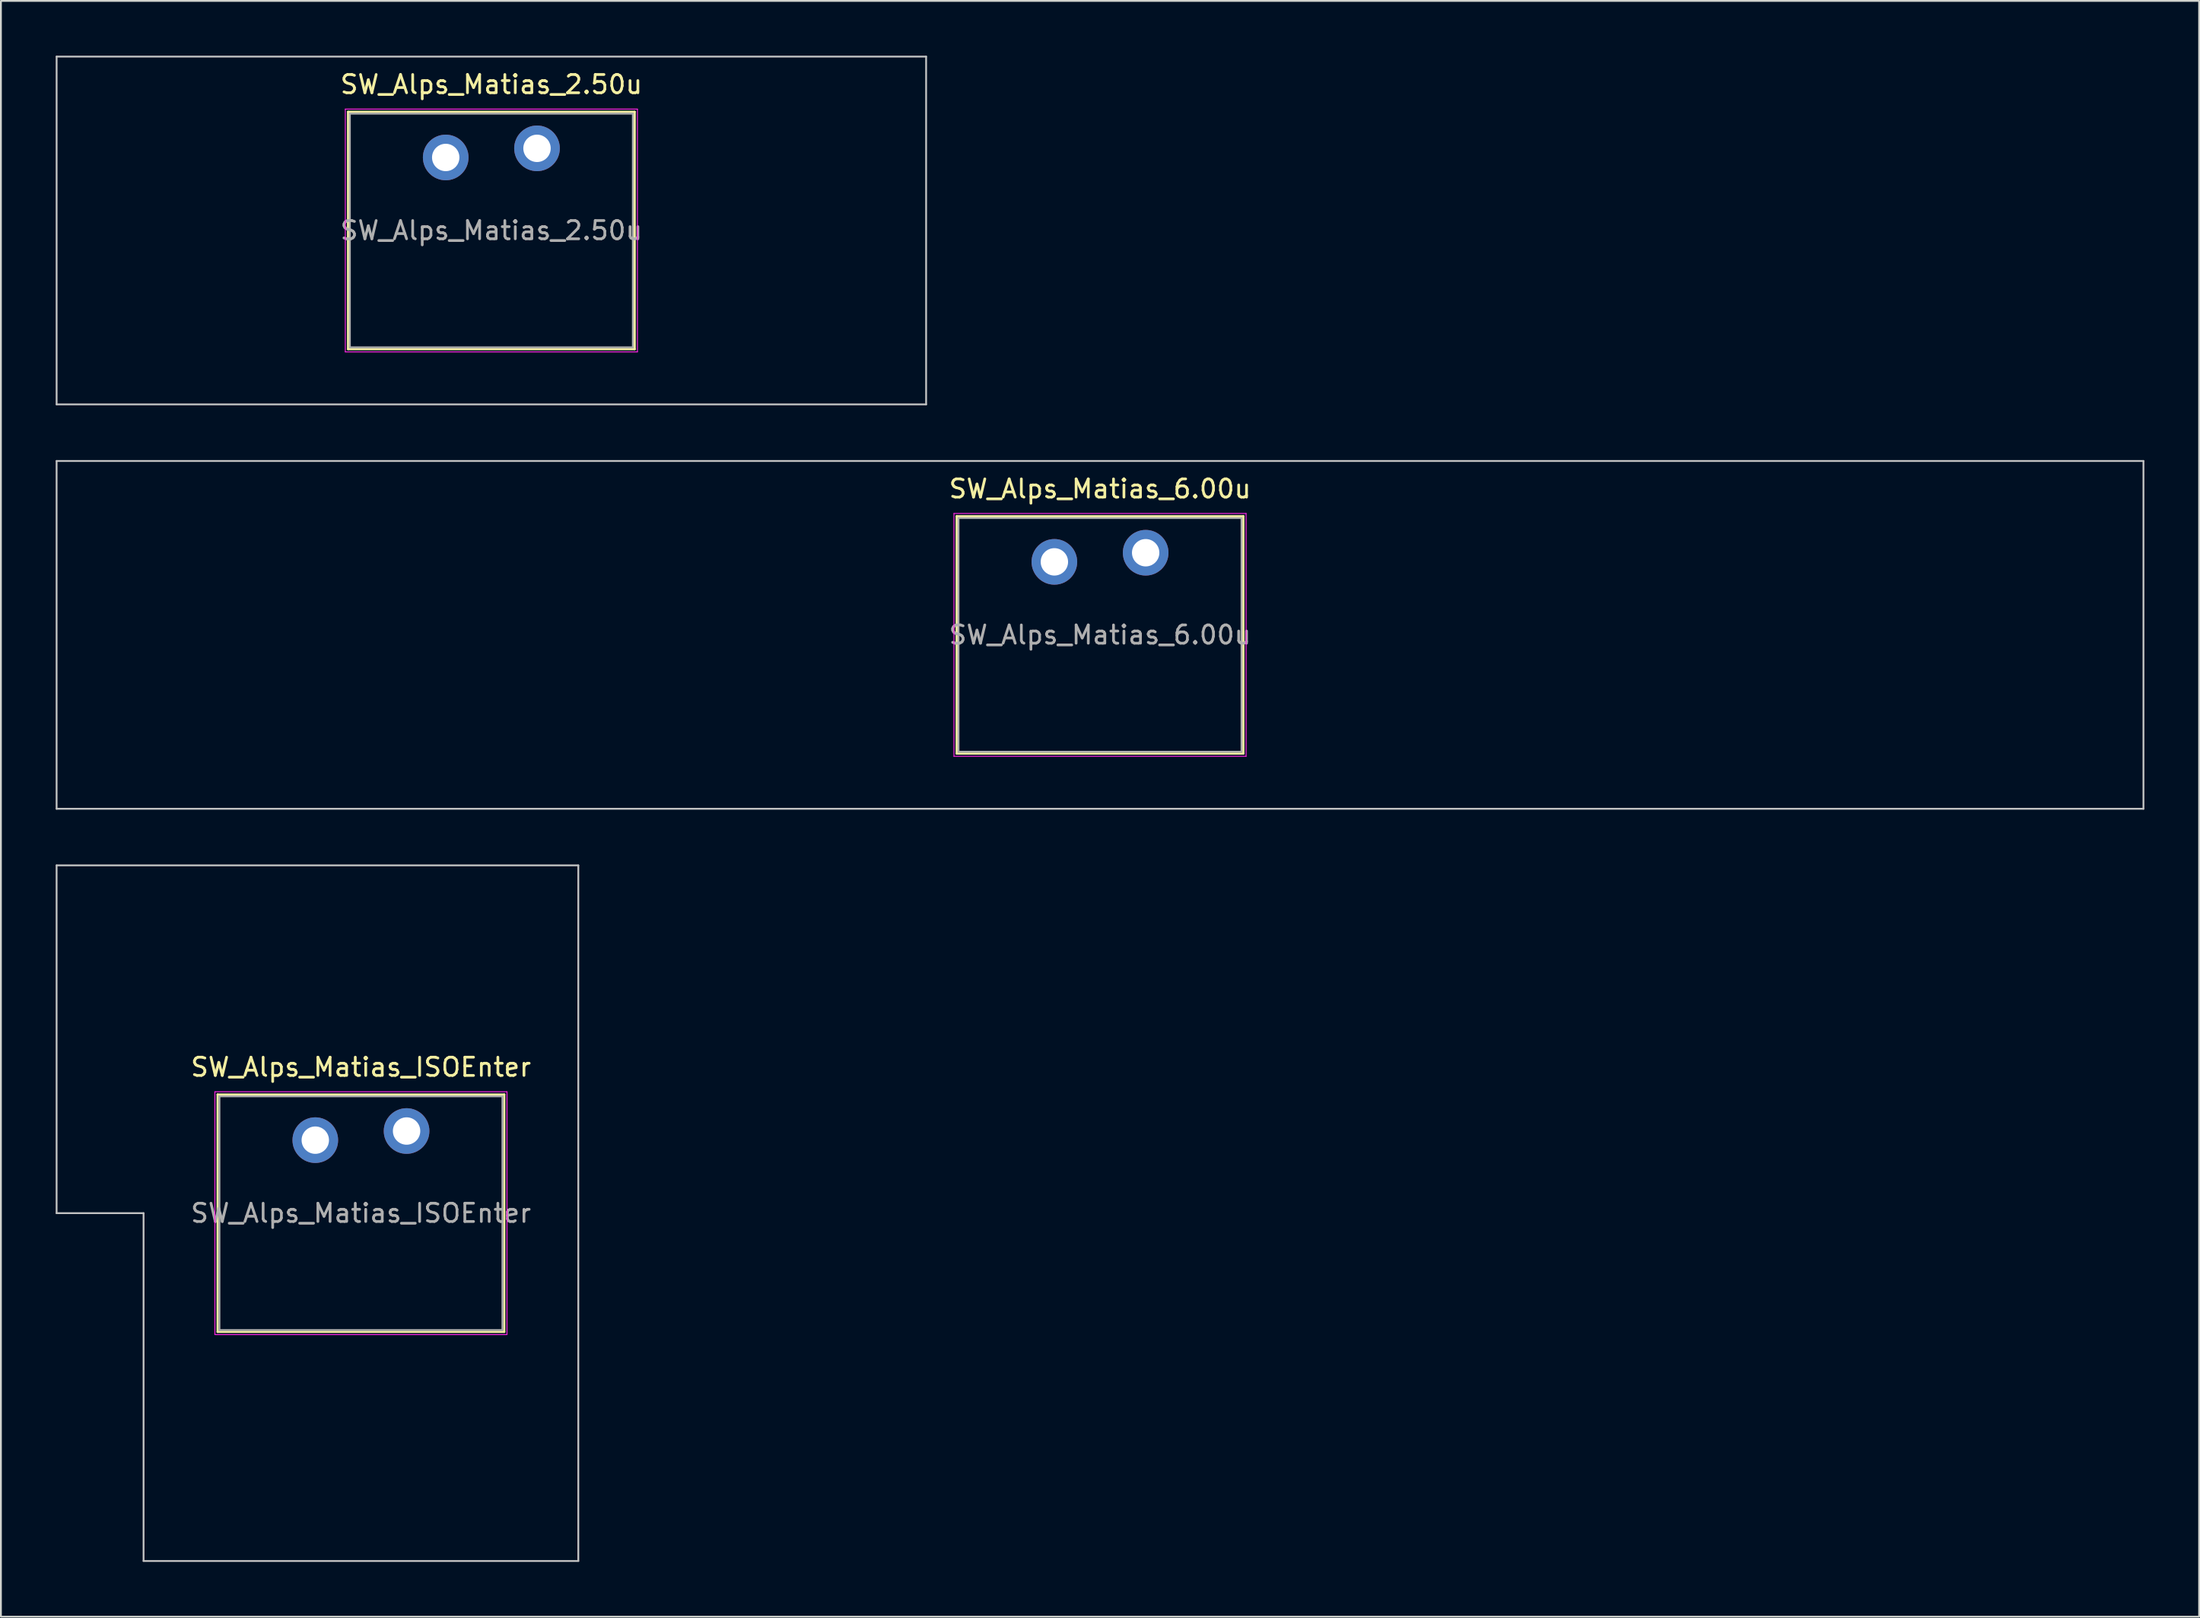
<source format=kicad_pcb>
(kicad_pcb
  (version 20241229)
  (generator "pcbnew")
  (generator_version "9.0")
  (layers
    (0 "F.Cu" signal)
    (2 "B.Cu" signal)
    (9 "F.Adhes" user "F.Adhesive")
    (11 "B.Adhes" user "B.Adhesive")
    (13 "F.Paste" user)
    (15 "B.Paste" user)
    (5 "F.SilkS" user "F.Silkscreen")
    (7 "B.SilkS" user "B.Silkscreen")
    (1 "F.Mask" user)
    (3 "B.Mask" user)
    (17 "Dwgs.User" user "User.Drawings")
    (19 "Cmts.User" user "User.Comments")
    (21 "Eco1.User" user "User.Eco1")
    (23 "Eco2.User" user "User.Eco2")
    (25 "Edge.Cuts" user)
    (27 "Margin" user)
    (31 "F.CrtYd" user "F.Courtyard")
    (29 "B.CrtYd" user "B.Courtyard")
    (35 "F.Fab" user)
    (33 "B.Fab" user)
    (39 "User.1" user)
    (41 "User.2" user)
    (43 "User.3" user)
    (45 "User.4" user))
  (footprint "SW_Alps_Matias_6.00u"
    (layer "F.Cu")
    (at 57.2 31.725)
    (property "Reference" "SW_Alps_Matias_6.00u" (at 0 -8 0) (layer "F.SilkS") (effects (font (size 1 1) (thickness 0.15))))
    (attr through_hole)
    (fp_line (start -7.85 -6.5) (end -7.85 6.5) (stroke (width 0.12) (type solid)) (layer "F.SilkS"))
    (fp_line (start -7.85 6.5) (end 7.85 6.5) (stroke (width 0.12) (type solid)) (layer "F.SilkS"))
    (fp_line (start 7.85 -6.5) (end -7.85 -6.5) (stroke (width 0.12) (type solid)) (layer "F.SilkS"))
    (fp_line (start 7.85 6.5) (end 7.85 -6.5) (stroke (width 0.12) (type solid)) (layer "F.SilkS"))
    (fp_line (start -57.15 -9.525) (end -57.15 9.525) (stroke (width 0.1) (type solid)) (layer "Dwgs.User"))
    (fp_line (start -57.15 9.525) (end 57.15 9.525) (stroke (width 0.1) (type solid)) (layer "Dwgs.User"))
    (fp_line (start 57.15 -9.525) (end -57.15 -9.525) (stroke (width 0.1) (type solid)) (layer "Dwgs.User"))
    (fp_line (start 57.15 9.525) (end 57.15 -9.525) (stroke (width 0.1) (type solid)) (layer "Dwgs.User"))
    (fp_line (start -7.75 -6.4) (end -7.75 6.4) (stroke (width 0.1) (type solid)) (layer "Eco1.User"))
    (fp_line (start -7.75 6.4) (end 7.75 6.4) (stroke (width 0.1) (type solid)) (layer "Eco1.User"))
    (fp_line (start 7.75 -6.4) (end -7.75 -6.4) (stroke (width 0.1) (type solid)) (layer "Eco1.User"))
    (fp_line (start 7.75 6.4) (end 7.75 -6.4) (stroke (width 0.1) (type solid)) (layer "Eco1.User"))
    (fp_line (start -8 -6.65) (end -8 6.65) (stroke (width 0.05) (type solid)) (layer "F.CrtYd"))
    (fp_line (start -8 6.65) (end 8 6.65) (stroke (width 0.05) (type solid)) (layer "F.CrtYd"))
    (fp_line (start 8 -6.65) (end -8 -6.65) (stroke (width 0.05) (type solid)) (layer "F.CrtYd"))
    (fp_line (start 8 6.65) (end 8 -6.65) (stroke (width 0.05) (type solid)) (layer "F.CrtYd"))
    (fp_line (start -7.75 -6.4) (end -7.75 6.4) (stroke (width 0.1) (type solid)) (layer "F.Fab"))
    (fp_line (start -7.75 6.4) (end 7.75 6.4) (stroke (width 0.1) (type solid)) (layer "F.Fab"))
    (fp_line (start 7.75 -6.4) (end -7.75 -6.4) (stroke (width 0.1) (type solid)) (layer "F.Fab"))
    (fp_line (start 7.75 6.4) (end 7.75 -6.4) (stroke (width 0.1) (type solid)) (layer "F.Fab"))
    (fp_text user "${REFERENCE}" (at 0 0 0) (layer "F.Fab") (effects (font (size 1 1) (thickness 0.15))))
    (pad "1" thru_hole circle (at -2.5 -4) (size 2.5 2.5) (drill 1.5) (layers "*.Cu" "*.Mask"))
    (pad "2" thru_hole circle (at 2.5 -4.5) (size 2.5 2.5) (drill 1.5) (layers "*.Cu" "*.Mask")))
  (footprint "SW_Alps_Matias_2.50u"
    (layer "F.Cu")
    (at 23.863 9.575)
    (property "Reference" "SW_Alps_Matias_2.50u" (at 0 -8 0) (layer "F.SilkS") (effects (font (size 1 1) (thickness 0.15))))
    (attr through_hole)
    (fp_line (start -7.85 -6.5) (end -7.85 6.5) (stroke (width 0.12) (type solid)) (layer "F.SilkS"))
    (fp_line (start -7.85 6.5) (end 7.85 6.5) (stroke (width 0.12) (type solid)) (layer "F.SilkS"))
    (fp_line (start 7.85 -6.5) (end -7.85 -6.5) (stroke (width 0.12) (type solid)) (layer "F.SilkS"))
    (fp_line (start 7.85 6.5) (end 7.85 -6.5) (stroke (width 0.12) (type solid)) (layer "F.SilkS"))
    (fp_line (start -23.812 -9.525) (end -23.812 9.525) (stroke (width 0.1) (type solid)) (layer "Dwgs.User"))
    (fp_line (start -23.812 9.525) (end 23.812 9.525) (stroke (width 0.1) (type solid)) (layer "Dwgs.User"))
    (fp_line (start 23.812 -9.525) (end -23.812 -9.525) (stroke (width 0.1) (type solid)) (layer "Dwgs.User"))
    (fp_line (start 23.812 9.525) (end 23.812 -9.525) (stroke (width 0.1) (type solid)) (layer "Dwgs.User"))
    (fp_line (start -7.75 -6.4) (end -7.75 6.4) (stroke (width 0.1) (type solid)) (layer "Eco1.User"))
    (fp_line (start -7.75 6.4) (end 7.75 6.4) (stroke (width 0.1) (type solid)) (layer "Eco1.User"))
    (fp_line (start 7.75 -6.4) (end -7.75 -6.4) (stroke (width 0.1) (type solid)) (layer "Eco1.User"))
    (fp_line (start 7.75 6.4) (end 7.75 -6.4) (stroke (width 0.1) (type solid)) (layer "Eco1.User"))
    (fp_line (start -8 -6.65) (end -8 6.65) (stroke (width 0.05) (type solid)) (layer "F.CrtYd"))
    (fp_line (start -8 6.65) (end 8 6.65) (stroke (width 0.05) (type solid)) (layer "F.CrtYd"))
    (fp_line (start 8 -6.65) (end -8 -6.65) (stroke (width 0.05) (type solid)) (layer "F.CrtYd"))
    (fp_line (start 8 6.65) (end 8 -6.65) (stroke (width 0.05) (type solid)) (layer "F.CrtYd"))
    (fp_line (start -7.75 -6.4) (end -7.75 6.4) (stroke (width 0.1) (type solid)) (layer "F.Fab"))
    (fp_line (start -7.75 6.4) (end 7.75 6.4) (stroke (width 0.1) (type solid)) (layer "F.Fab"))
    (fp_line (start 7.75 -6.4) (end -7.75 -6.4) (stroke (width 0.1) (type solid)) (layer "F.Fab"))
    (fp_line (start 7.75 6.4) (end 7.75 -6.4) (stroke (width 0.1) (type solid)) (layer "F.Fab"))
    (fp_text user "${REFERENCE}" (at 0 0 0) (layer "F.Fab") (effects (font (size 1 1) (thickness 0.15))))
    (pad "1" thru_hole circle (at -2.5 -4) (size 2.5 2.5) (drill 1.5) (layers "*.Cu" "*.Mask"))
    (pad "2" thru_hole circle (at 2.5 -4.5) (size 2.5 2.5) (drill 1.5) (layers "*.Cu" "*.Mask")))
  (footprint "SW_Alps_Matias_ISOEnter"
    (layer "F.Cu")
    (at 16.719 63.4)
    (property "Reference" "SW_Alps_Matias_ISOEnter" (at 0 -8 0) (layer "F.SilkS") (effects (font (size 1 1) (thickness 0.15))))
    (attr through_hole)
    (fp_line (start -7.85 -6.5) (end -7.85 6.5) (stroke (width 0.12) (type solid)) (layer "F.SilkS"))
    (fp_line (start -7.85 6.5) (end 7.85 6.5) (stroke (width 0.12) (type solid)) (layer "F.SilkS"))
    (fp_line (start 7.85 -6.5) (end -7.85 -6.5) (stroke (width 0.12) (type solid)) (layer "F.SilkS"))
    (fp_line (start 7.85 6.5) (end 7.85 -6.5) (stroke (width 0.12) (type solid)) (layer "F.SilkS"))
    (fp_line (start -16.669 -19.05) (end -16.669 0) (stroke (width 0.1) (type solid)) (layer "Dwgs.User"))
    (fp_line (start -16.669 0) (end -11.906 0) (stroke (width 0.1) (type solid)) (layer "Dwgs.User"))
    (fp_line (start -11.906 0) (end -11.906 19.05) (stroke (width 0.1) (type solid)) (layer "Dwgs.User"))
    (fp_line (start -11.906 19.05) (end 11.906 19.05) (stroke (width 0.1) (type solid)) (layer "Dwgs.User"))
    (fp_line (start 11.906 -19.05) (end -16.669 -19.05) (stroke (width 0.1) (type solid)) (layer "Dwgs.User"))
    (fp_line (start 11.906 19.05) (end 11.906 -19.05) (stroke (width 0.1) (type solid)) (layer "Dwgs.User"))
    (fp_line (start -7.75 -6.4) (end -7.75 6.4) (stroke (width 0.1) (type solid)) (layer "Eco1.User"))
    (fp_line (start -7.75 6.4) (end 7.75 6.4) (stroke (width 0.1) (type solid)) (layer "Eco1.User"))
    (fp_line (start 7.75 -6.4) (end -7.75 -6.4) (stroke (width 0.1) (type solid)) (layer "Eco1.User"))
    (fp_line (start 7.75 6.4) (end 7.75 -6.4) (stroke (width 0.1) (type solid)) (layer "Eco1.User"))
    (fp_line (start -8 -6.65) (end -8 6.65) (stroke (width 0.05) (type solid)) (layer "F.CrtYd"))
    (fp_line (start -8 6.65) (end 8 6.65) (stroke (width 0.05) (type solid)) (layer "F.CrtYd"))
    (fp_line (start 8 -6.65) (end -8 -6.65) (stroke (width 0.05) (type solid)) (layer "F.CrtYd"))
    (fp_line (start 8 6.65) (end 8 -6.65) (stroke (width 0.05) (type solid)) (layer "F.CrtYd"))
    (fp_line (start -7.75 -6.4) (end -7.75 6.4) (stroke (width 0.1) (type solid)) (layer "F.Fab"))
    (fp_line (start -7.75 6.4) (end 7.75 6.4) (stroke (width 0.1) (type solid)) (layer "F.Fab"))
    (fp_line (start 7.75 -6.4) (end -7.75 -6.4) (stroke (width 0.1) (type solid)) (layer "F.Fab"))
    (fp_line (start 7.75 6.4) (end 7.75 -6.4) (stroke (width 0.1) (type solid)) (layer "F.Fab"))
    (fp_text user "${REFERENCE}" (at 0 0 0) (layer "F.Fab") (effects (font (size 1 1) (thickness 0.15))))
    (pad "1" thru_hole circle (at -2.5 -4) (size 2.5 2.5) (drill 1.5) (layers "*.Cu" "*.Mask"))
    (pad "2" thru_hole circle (at 2.5 -4.5) (size 2.5 2.5) (drill 1.5) (layers "*.Cu" "*.Mask")))
  (gr_rect
    (start -3 -3)
    (end 117.4 85.5)
    (stroke (width 0.1) (type default))
    (fill no)
    (layer "Edge.Cuts")))
</source>
